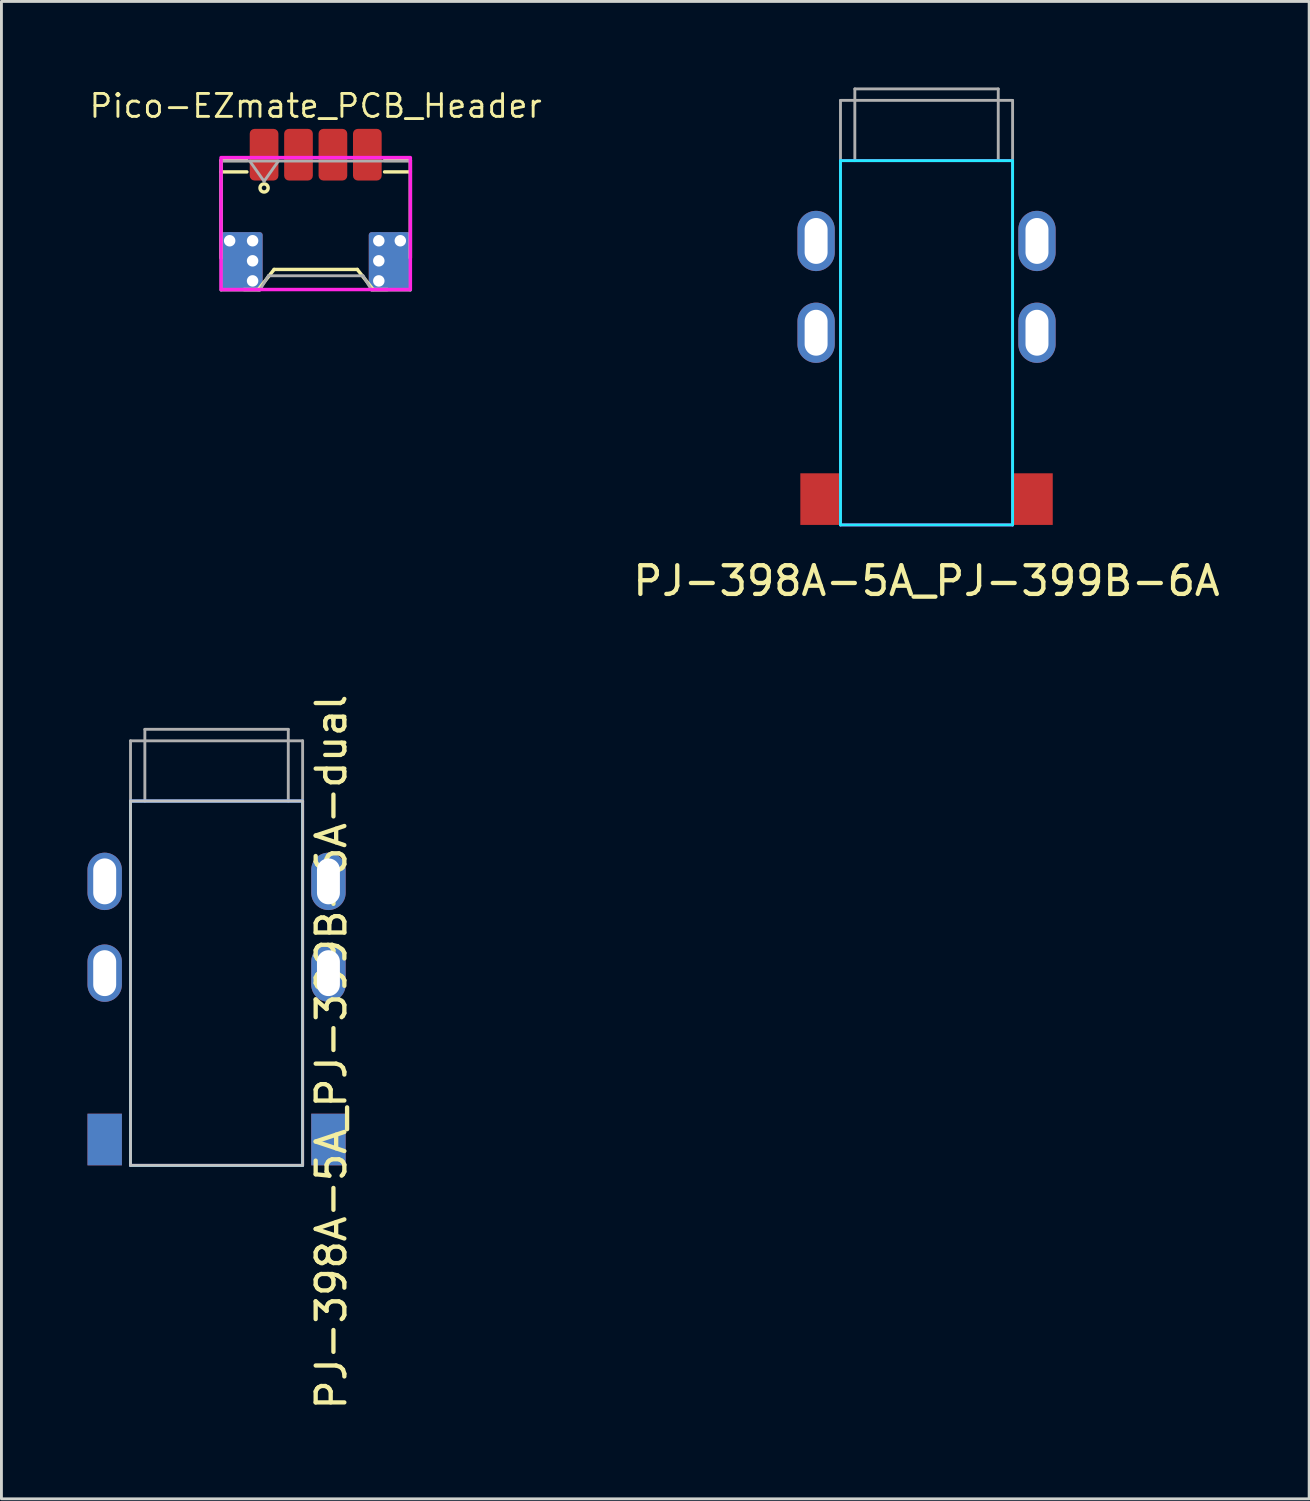
<source format=kicad_pcb>
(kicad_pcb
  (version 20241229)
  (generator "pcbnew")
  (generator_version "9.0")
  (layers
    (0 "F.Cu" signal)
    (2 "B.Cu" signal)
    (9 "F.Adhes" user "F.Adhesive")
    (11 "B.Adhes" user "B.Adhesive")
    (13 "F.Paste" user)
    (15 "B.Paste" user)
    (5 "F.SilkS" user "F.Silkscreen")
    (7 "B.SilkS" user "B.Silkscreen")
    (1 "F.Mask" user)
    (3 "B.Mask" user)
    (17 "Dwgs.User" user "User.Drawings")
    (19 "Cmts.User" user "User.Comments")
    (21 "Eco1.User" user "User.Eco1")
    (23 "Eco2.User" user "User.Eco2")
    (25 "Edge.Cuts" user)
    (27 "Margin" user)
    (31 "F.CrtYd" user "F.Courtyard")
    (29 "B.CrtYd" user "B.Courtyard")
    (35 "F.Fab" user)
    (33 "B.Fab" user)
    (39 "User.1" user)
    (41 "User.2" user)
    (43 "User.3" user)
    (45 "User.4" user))
  (footprint "PJ-398A-5A_PJ-399B-6A"
    (layer "F.Cu")
    (at 29.251 2.55)
    (property "Reference" "PJ-398A-5A_PJ-399B-6A" (at 0 14.65 0) (layer "F.SilkS") (effects (font (size 1 1) (thickness 0.15))))
    (attr through_hole)
    (fp_line (start -3 0) (end -3 12.7) (stroke (width 0.1) (type solid)) (layer "B.CrtYd"))
    (fp_line (start -3 0) (end 3 0) (stroke (width 0.1) (type solid)) (layer "B.CrtYd"))
    (fp_line (start -3 12.7) (end 3 12.7) (stroke (width 0.1) (type solid)) (layer "B.CrtYd"))
    (fp_line (start 3 0) (end 3 12.7) (stroke (width 0.1) (type solid)) (layer "B.CrtYd"))
    (fp_line (start -3 0) (end -3 12.7) (stroke (width 0.1) (type solid)) (layer "F.CrtYd"))
    (fp_line (start -3 0) (end 3 0) (stroke (width 0.1) (type solid)) (layer "F.CrtYd"))
    (fp_line (start -3 12.7) (end 3 12.7) (stroke (width 0.1) (type solid)) (layer "F.CrtYd"))
    (fp_line (start 3 0) (end 3 12.7) (stroke (width 0.1) (type solid)) (layer "F.CrtYd"))
    (fp_line (start -3 -2.1) (end 3 -2.1) (stroke (width 0.1) (type default)) (layer "F.Fab"))
    (fp_line (start -3 0) (end -3 -2.1) (stroke (width 0.1) (type default)) (layer "F.Fab"))
    (fp_line (start -2.5 -2.5) (end -2.5 0) (stroke (width 0.1) (type default)) (layer "F.Fab"))
    (fp_line (start -2.5 -2.5) (end 2.5 -2.5) (stroke (width 0.1) (type default)) (layer "F.Fab"))
    (fp_line (start 2.5 -2.5) (end 2.5 0) (stroke (width 0.1) (type default)) (layer "F.Fab"))
    (fp_line (start 3 0) (end 3 -2.1) (stroke (width 0.1) (type default)) (layer "F.Fab"))
    (pad "R" thru_hole oval (at -3.85 6) (size 1.3 2.1) (drill oval 0.8 1.6) (layers "*.Cu" "*.Mask"))
    (pad "R" thru_hole oval (at 3.85 6) (size 1.3 2.1) (drill oval 0.8 1.6) (layers "*.Cu" "*.Mask"))
    (pad "S" thru_hole oval (at -3.85 2.8) (size 1.3 2.1) (drill oval 0.8 1.6) (layers "*.Cu" "*.Mask"))
    (pad "S" thru_hole oval (at 3.85 2.8) (size 1.3 2.1) (drill oval 0.8 1.6) (layers "*.Cu" "*.Mask"))
    (pad "T" smd rect (at -3.7 11.8) (size 1.4 1.8) (layers "F.Cu" "F.Mask" "F.Paste"))
    (pad "T" smd rect (at 3.7 11.8) (size 1.4 1.8) (layers "F.Cu" "F.Mask" "F.Paste")))
  (footprint "Pico-EZmate_PCB_Header"
    (layer "F.Cu")
    (at 7.956 4.543)
    (property "Reference" "Pico-EZmate_PCB_Header" (at 0 -3.9 0) (layer "F.SilkS") (effects (font (size 0.8 0.8) (thickness 0.1) (bold yes))))
    (attr smd)
    (fp_line (start -3.3 -2) (end -3.3 1.4) (stroke (width 0.12) (type solid)) (layer "F.SilkS"))
    (fp_line (start -3.3 -2) (end -2.4 -2) (stroke (width 0.12) (type solid)) (layer "F.SilkS"))
    (fp_line (start -2.4 -1.6) (end -3.3 -1.6) (stroke (width 0.12) (type solid)) (layer "F.SilkS"))
    (fp_line (start -2 2.5) (end -2.5 2.5) (stroke (width 0.12) (type solid)) (layer "F.SilkS"))
    (fp_line (start -1.45 1.8) (end -2 2.5) (stroke (width 0.12) (type solid)) (layer "F.SilkS"))
    (fp_line (start 1.45 1.8) (end -1.45 1.8) (stroke (width 0.12) (type solid)) (layer "F.SilkS"))
    (fp_line (start 2 2.5) (end 1.45 1.8) (stroke (width 0.12) (type solid)) (layer "F.SilkS"))
    (fp_line (start 2 2.5) (end 2.5 2.5) (stroke (width 0.12) (type solid)) (layer "F.SilkS"))
    (fp_line (start 2.4 -2) (end 3.3 -2) (stroke (width 0.12) (type solid)) (layer "F.SilkS"))
    (fp_line (start 3.3 -2) (end 3.3 1.4) (stroke (width 0.12) (type solid)) (layer "F.SilkS"))
    (fp_line (start 3.3 -1.6) (end 2.4 -1.6) (stroke (width 0.12) (type solid)) (layer "F.SilkS"))
    (fp_circle (center -1.8 -1.041) (end -1.7 -1.141) (stroke (width 0.12) (type solid)) (fill no) (layer "F.SilkS"))
    (fp_rect (start -3.3 -2.1) (end 3.3 2.5) (stroke (width 0.12) (type solid)) (fill no) (layer "F.CrtYd"))
    (fp_line (start -3.3 -1.98) (end -3.3 2.52) (stroke (width 0.1) (type solid)) (layer "F.Fab"))
    (fp_line (start -3.3 -1.98) (end 3.3 -1.98) (stroke (width 0.1) (type solid)) (layer "F.Fab"))
    (fp_line (start -3.3 2.52) (end -1.95 2.52) (stroke (width 0.1) (type solid)) (layer "F.Fab"))
    (fp_line (start -2.3 -1.98) (end -1.8 -1.273) (stroke (width 0.1) (type solid)) (layer "F.Fab"))
    (fp_line (start -1.95 2.52) (end -1.65 2.02) (stroke (width 0.1) (type solid)) (layer "F.Fab"))
    (fp_line (start -1.8 -1.273) (end -1.3 -1.98) (stroke (width 0.1) (type solid)) (layer "F.Fab"))
    (fp_line (start -1.65 2.02) (end 1.65 2.02) (stroke (width 0.1) (type solid)) (layer "F.Fab"))
    (fp_line (start 1.65 2.02) (end 1.95 2.52) (stroke (width 0.1) (type solid)) (layer "F.Fab"))
    (fp_line (start 1.95 2.52) (end 3.3 2.52) (stroke (width 0.1) (type solid)) (layer "F.Fab"))
    (fp_line (start 3.3 -1.98) (end 3.3 2.52) (stroke (width 0.1) (type solid)) (layer "F.Fab"))
    (pad "" smd roundrect (at -2.95 2) (size 0.7 1) (layers "F.Mask" "F.Paste") (roundrect_rratio 0.143))
    (pad "" smd roundrect (at -1.8 -2) (size 0.75 1.2) (layers "F.Mask" "F.Paste") (roundrect_rratio 0.167))
    (pad "" smd roundrect (at -0.6 -2) (size 0.75 1.2) (layers "F.Mask" "F.Paste") (roundrect_rratio 0.167))
    (pad "" smd roundrect (at 0.6 -2) (size 0.75 1.2) (layers "F.Mask" "F.Paste") (roundrect_rratio 0.167))
    (pad "" smd roundrect (at 1.8 -2) (size 0.75 1.2) (layers "F.Mask" "F.Paste") (roundrect_rratio 0.167))
    (pad "" smd roundrect (at 2.95 2) (size 0.7 1) (layers "F.Mask" "F.Paste") (roundrect_rratio 0.143))
    (pad "1" smd roundrect (at -1.8 -2.2) (size 1 1.8) (layers "F.Cu") (roundrect_rratio 0.167))
    (pad "2" smd roundrect (at -0.6 -2.2) (size 1 1.8) (layers "F.Cu") (roundrect_rratio 0.167))
    (pad "3" smd roundrect (at 0.6 -2.2) (size 1 1.8) (layers "F.Cu") (roundrect_rratio 0.167))
    (pad "4" smd roundrect (at 1.8 -2.2) (size 1 1.8) (layers "F.Cu") (roundrect_rratio 0.167))
    (pad "MP" thru_hole circle (at -3 0.8) (size 0.6 0.6) (drill 0.4) (layers "*.Cu"))
    (pad "MP" smd roundrect (at -2.575 1.5) (size 1.45 2) (layers "F.Cu") (roundrect_rratio 0.069))
    (pad "MP" smd roundrect (at -2.575 1.5) (size 1.45 2) (layers "B.Cu") (roundrect_rratio 0.069))
    (pad "MP" thru_hole circle (at -2.2 0.8) (size 0.6 0.6) (drill 0.4) (layers "*.Cu"))
    (pad "MP" thru_hole circle (at -2.2 1.5) (size 0.6 0.6) (drill 0.4) (layers "*.Cu"))
    (pad "MP" thru_hole circle (at -2.2 2.2) (size 0.6 0.6) (drill 0.4) (layers "*.Cu"))
    (pad "MP" thru_hole circle (at 2.2 0.8) (size 0.6 0.6) (drill 0.4) (layers "*.Cu"))
    (pad "MP" thru_hole circle (at 2.2 1.5) (size 0.6 0.6) (drill 0.4) (layers "*.Cu"))
    (pad "MP" thru_hole circle (at 2.2 2.2) (size 0.6 0.6) (drill 0.4) (layers "*.Cu"))
    (pad "MP" smd roundrect (at 2.575 1.5) (size 1.45 2) (layers "F.Cu") (roundrect_rratio 0.069))
    (pad "MP" smd roundrect (at 2.575 1.5) (size 1.45 2) (layers "B.Cu") (roundrect_rratio 0.069))
    (pad "MP" thru_hole circle (at 2.95 0.8) (size 0.6 0.6) (drill 0.4) (layers "*.Cu")))
  (footprint "PJ-398A-5A_PJ-399B-6A-dual"
    (layer "F.Cu")
    (at 4.5 24.876)
    (property "Reference" "PJ-398A-5A_PJ-399B-6A-dual" (at 4 8.75 90) (layer "F.SilkS") (effects (font (size 1 1) (thickness 0.15))))
    (attr smd)
    (fp_line (start -3 0) (end -3 12.7) (stroke (width 0.1) (type default)) (layer "Dwgs.User"))
    (fp_line (start -3 0) (end 3 0) (stroke (width 0.1) (type default)) (layer "Dwgs.User"))
    (fp_line (start -3 12.7) (end 3 12.7) (stroke (width 0.1) (type default)) (layer "Dwgs.User"))
    (fp_line (start 3 12.7) (end 3 0) (stroke (width 0.1) (type default)) (layer "Dwgs.User"))
    (fp_line (start -3 12.7) (end -3 0) (stroke (width 0.1) (type solid)) (layer "B.CrtYd"))
    (fp_line (start 3 0) (end -3 0) (stroke (width 0.1) (type solid)) (layer "B.CrtYd"))
    (fp_line (start 3 12.7) (end -3 12.7) (stroke (width 0.1) (type solid)) (layer "B.CrtYd"))
    (fp_line (start 3 12.7) (end 3 0) (stroke (width 0.1) (type solid)) (layer "B.CrtYd"))
    (fp_line (start -3 12.7) (end -3 0) (stroke (width 0.1) (type solid)) (layer "F.CrtYd"))
    (fp_line (start 3 0) (end -3 0) (stroke (width 0.1) (type solid)) (layer "F.CrtYd"))
    (fp_line (start 3 12.7) (end -3 12.7) (stroke (width 0.1) (type solid)) (layer "F.CrtYd"))
    (fp_line (start 3 12.7) (end 3 0) (stroke (width 0.1) (type solid)) (layer "F.CrtYd"))
    (fp_line (start -3 -2.1) (end -3 0) (stroke (width 0.1) (type default)) (layer "F.Fab"))
    (fp_line (start -2.5 0) (end -2.5 -2.5) (stroke (width 0.1) (type default)) (layer "F.Fab"))
    (fp_line (start 2.5 -2.5) (end -2.5 -2.5) (stroke (width 0.1) (type default)) (layer "F.Fab"))
    (fp_line (start 2.5 0) (end 2.5 -2.5) (stroke (width 0.1) (type default)) (layer "F.Fab"))
    (fp_line (start 3 -2.1) (end -3 -2.1) (stroke (width 0.1) (type default)) (layer "F.Fab"))
    (fp_line (start 3 -2.1) (end 3 0) (stroke (width 0.1) (type default)) (layer "F.Fab"))
    (pad "R" thru_hole oval (at -3.9 6) (size 1.2 2) (drill oval 0.8 1.6) (layers "*.Cu" "*.Mask"))
    (pad "R" thru_hole oval (at 3.9 6) (size 1.2 2) (drill oval 0.8 1.6) (layers "*.Cu" "*.Mask"))
    (pad "S" thru_hole oval (at -3.9 2.8) (size 1.2 2) (drill oval 0.8 1.6) (layers "*.Cu" "*.Mask"))
    (pad "S" thru_hole oval (at 3.9 2.8) (size 1.2 2) (drill oval 0.8 1.6) (layers "*.Cu" "*.Mask"))
    (pad "T" smd rect (at -3.9 11.8) (size 1.2 1.8) (layers "F.Cu" "F.Mask" "F.Paste"))
    (pad "T" smd rect (at -3.9 11.8) (size 1.2 1.8) (layers "B.Cu" "B.Mask" "B.Paste"))
    (pad "T" smd rect (at 3.9 11.8) (size 1.2 1.8) (layers "F.Cu" "F.Mask" "F.Paste"))
    (pad "T" smd rect (at 3.9 11.8) (size 1.2 1.8) (layers "B.Cu" "B.Mask" "B.Paste")))
  (gr_rect
    (start -3 -3)
    (end 42.59 49.203)
    (stroke (width 0.1) (type default))
    (fill no)
    (layer "Edge.Cuts")))
</source>
